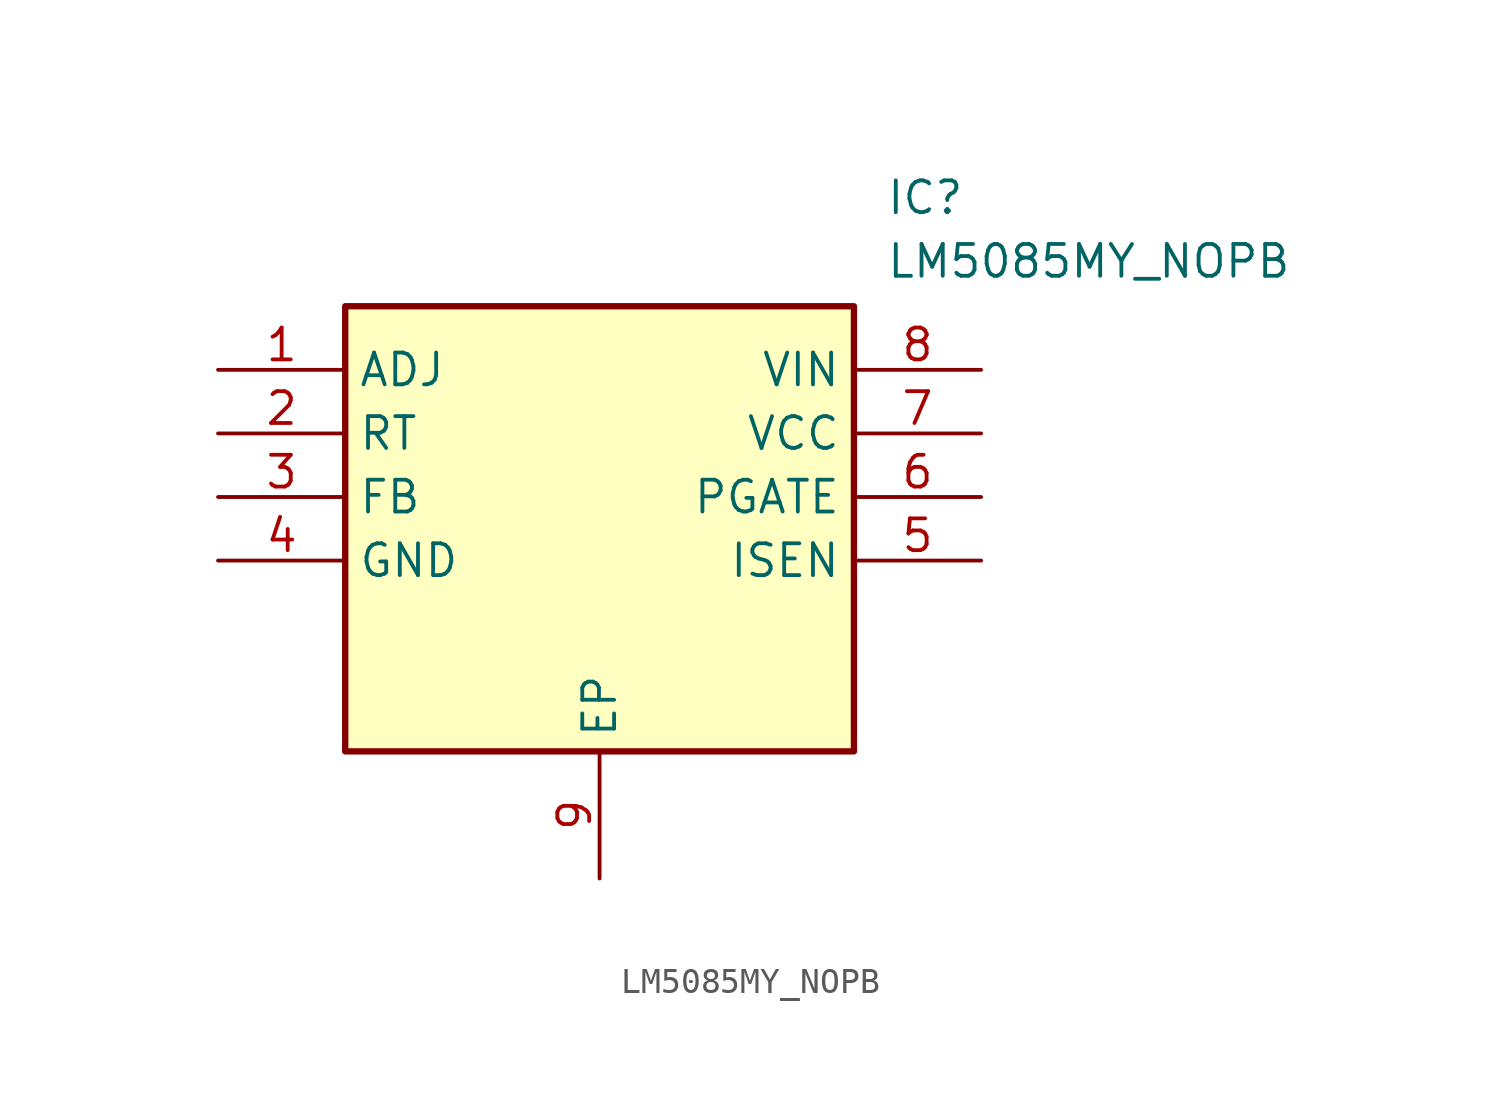
<source format=kicad_sym>
(kicad_symbol_lib
  (version 20211014)
  (generator SamacSys_ECAD_Model)
  (symbol "LM5085MY_NOPB"
    (property "Reference" "IC"
      (at 26.67 7.62 0)
      (effects (font (size 1.27 1.27)) (justify left top)))
    (property "Value" "LM5085MY_NOPB"
      (at 26.67 5.08 0)
      (effects (font (size 1.27 1.27)) (justify left top)))
    (rectangle
      (start 5.08 2.54)
      (end 25.4 -15.24)
      (stroke (width 0.254) (type default))
      (fill (type background)))
    (pin passive line
      (at 0 0 0)
      (length 5.08)
      (name "ADJ" (effects (font (size 1.27 1.27))))
      (number "1" (effects (font (size 1.27 1.27)))))
    (pin passive line
      (at 0 -2.54 0)
      (length 5.08)
      (name "RT" (effects (font (size 1.27 1.27))))
      (number "2" (effects (font (size 1.27 1.27)))))
    (pin passive line
      (at 0 -5.08 0)
      (length 5.08)
      (name "FB" (effects (font (size 1.27 1.27))))
      (number "3" (effects (font (size 1.27 1.27)))))
    (pin passive line
      (at 0 -7.62 0)
      (length 5.08)
      (name "GND" (effects (font (size 1.27 1.27))))
      (number "4" (effects (font (size 1.27 1.27)))))
    (pin passive line
      (at 15.24 -20.32 90)
      (length 5.08)
      (name "EP" (effects (font (size 1.27 1.27))))
      (number "9" (effects (font (size 1.27 1.27)))))
    (pin passive line
      (at 30.48 0 180)
      (length 5.08)
      (name "VIN" (effects (font (size 1.27 1.27))))
      (number "8" (effects (font (size 1.27 1.27)))))
    (pin passive line
      (at 30.48 -2.54 180)
      (length 5.08)
      (name "VCC" (effects (font (size 1.27 1.27))))
      (number "7" (effects (font (size 1.27 1.27)))))
    (pin passive line
      (at 30.48 -5.08 180)
      (length 5.08)
      (name "PGATE" (effects (font (size 1.27 1.27))))
      (number "6" (effects (font (size 1.27 1.27)))))
    (pin passive line
      (at 30.48 -7.62 180)
      (length 5.08)
      (name "ISEN" (effects (font (size 1.27 1.27))))
      (number "5" (effects (font (size 1.27 1.27)))))))
</source>
